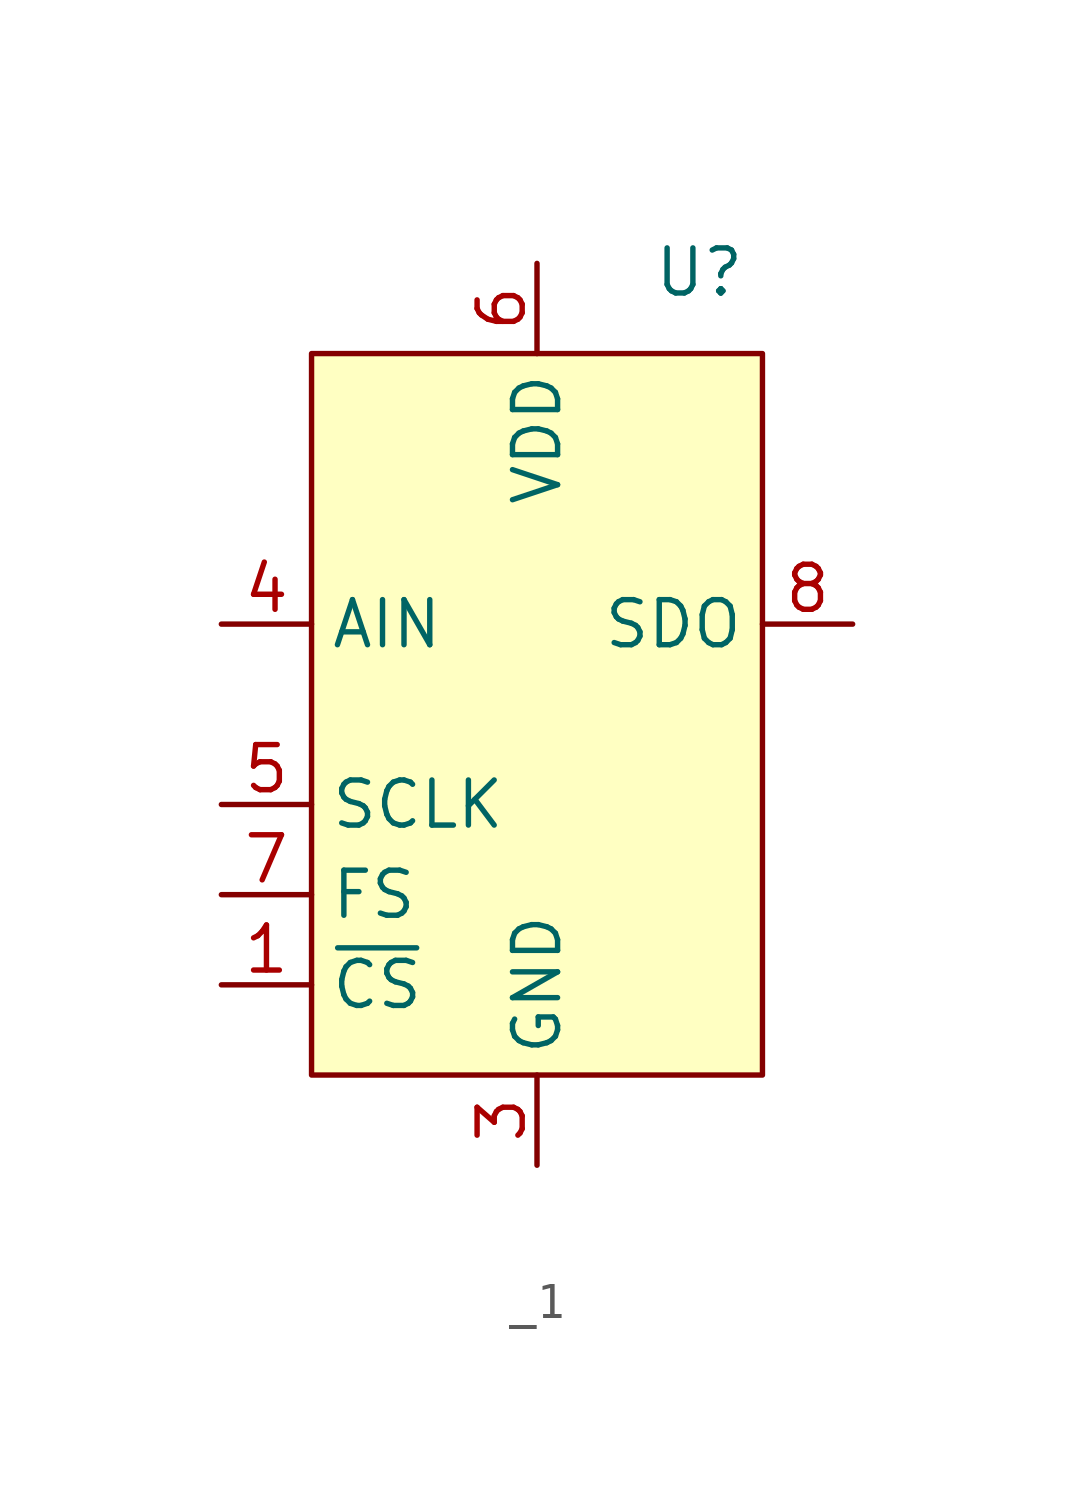
<source format=kicad_sym>
(kicad_symbol_lib
  (version 20241209)
  (generator "kicad_symbol_editor")
  (generator_version "9.0")
  (symbol "_1"
    (property "Reference" "U"
      (at 10.922 9.906 0)
      (effects (font (size 1.27 1.27))))
    (property "Value" ""
      (at 0 0 0)
      (effects (font (size 1.27 1.27))))
    (symbol "_1_1_1"
      (rectangle (start 0 7.62) (end 12.7 -12.7) (stroke (width 0) (type solid)) (fill (type background)))
      (pin input line (at -2.54 0 0) (length 2.54) (name "AIN" (effects (font (size 1.27 1.27)))) (number "4" (effects (font (size 1.27 1.27)))))
      (pin input line (at -2.54 -5.08 0) (length 2.54) (name "SCLK" (effects (font (size 1.27 1.27)))) (number "5" (effects (font (size 1.27 1.27)))))
      (pin input line (at -2.54 -7.62 0) (length 2.54) (name "FS" (effects (font (size 1.27 1.27)))) (number "7" (effects (font (size 1.27 1.27)))))
      (pin input line (at -2.54 -10.16 0) (length 2.54) (name "~{CS}" (effects (font (size 1.27 1.27)))) (number "1" (effects (font (size 1.27 1.27)))))
      (pin power_in line (at 6.35 10.16 270) (length 2.54) (name "VDD" (effects (font (size 1.27 1.27)))) (number "6" (effects (font (size 1.27 1.27)))))
      (pin power_out line (at 6.35 -15.24 90) (length 2.54) (name "GND" (effects (font (size 1.27 1.27)))) (number "3" (effects (font (size 1.27 1.27)))))
      (pin output line (at 15.24 0 180) (length 2.54) (name "SDO" (effects (font (size 1.27 1.27)))) (number "8" (effects (font (size 1.27 1.27))))))))
</source>
